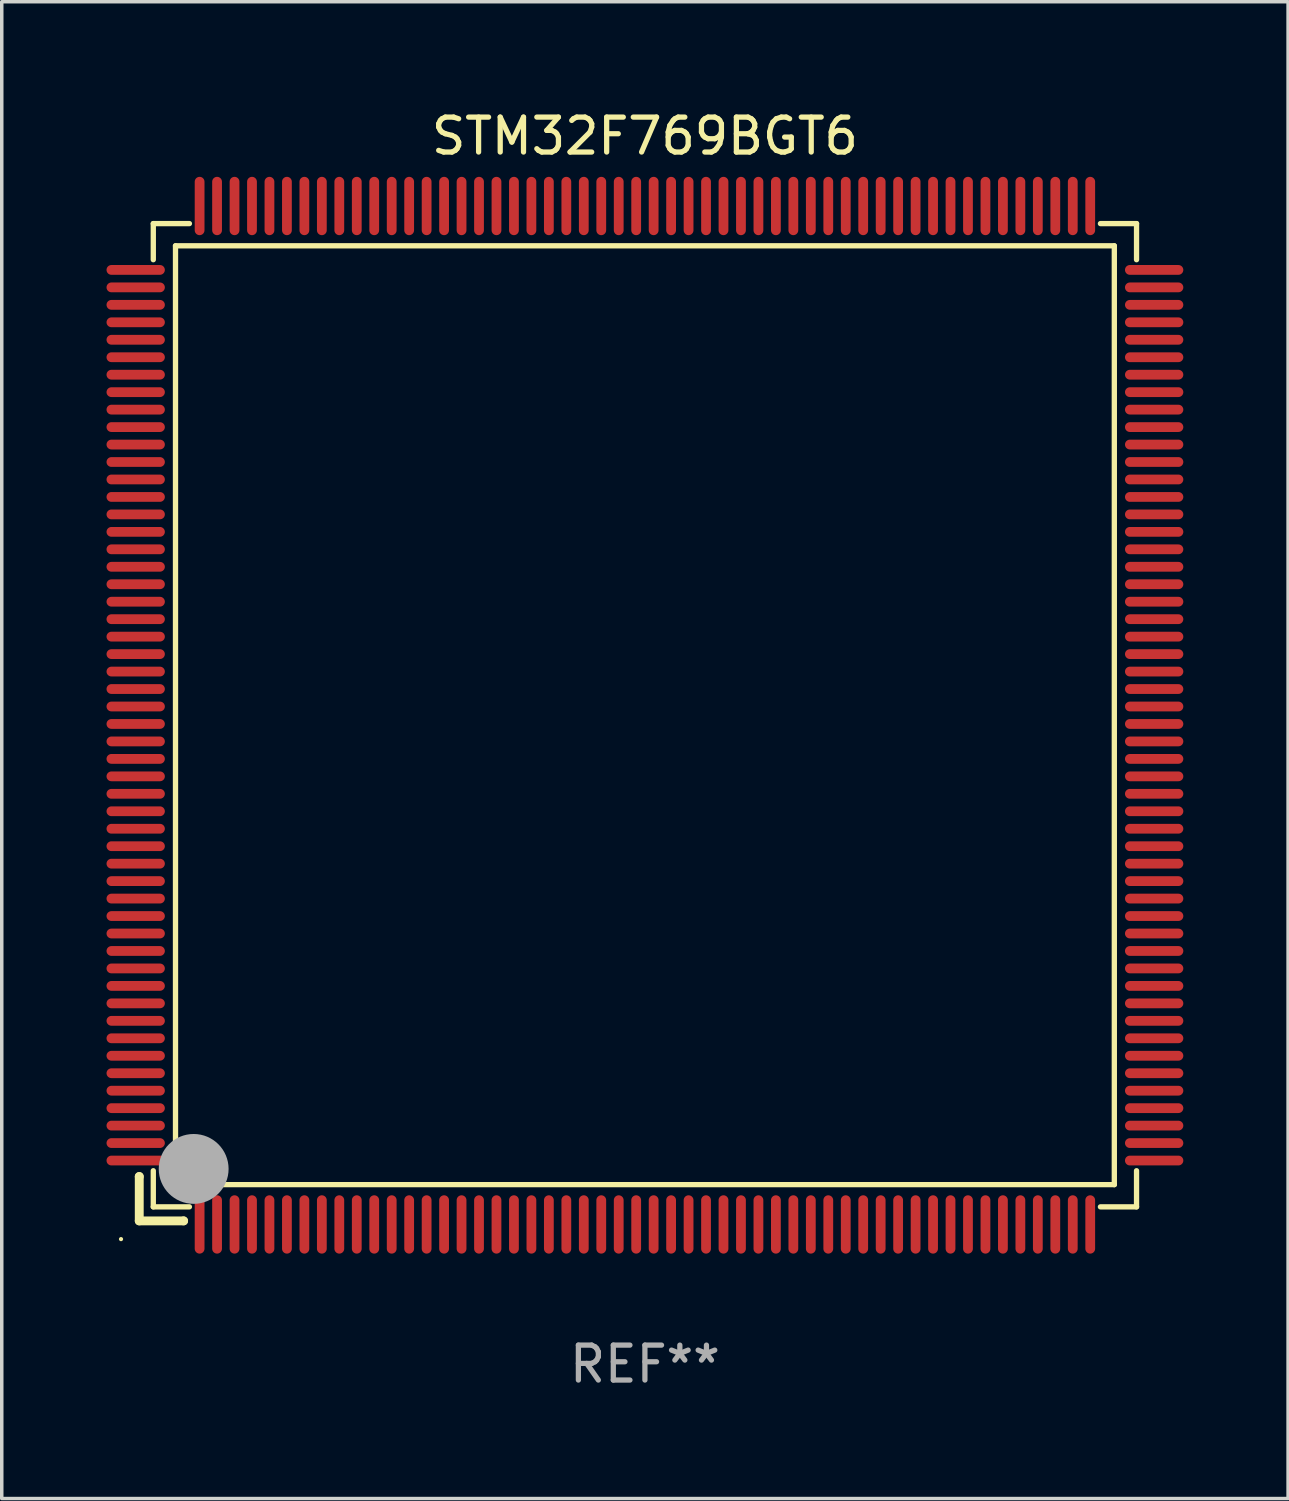
<source format=kicad_pcb>
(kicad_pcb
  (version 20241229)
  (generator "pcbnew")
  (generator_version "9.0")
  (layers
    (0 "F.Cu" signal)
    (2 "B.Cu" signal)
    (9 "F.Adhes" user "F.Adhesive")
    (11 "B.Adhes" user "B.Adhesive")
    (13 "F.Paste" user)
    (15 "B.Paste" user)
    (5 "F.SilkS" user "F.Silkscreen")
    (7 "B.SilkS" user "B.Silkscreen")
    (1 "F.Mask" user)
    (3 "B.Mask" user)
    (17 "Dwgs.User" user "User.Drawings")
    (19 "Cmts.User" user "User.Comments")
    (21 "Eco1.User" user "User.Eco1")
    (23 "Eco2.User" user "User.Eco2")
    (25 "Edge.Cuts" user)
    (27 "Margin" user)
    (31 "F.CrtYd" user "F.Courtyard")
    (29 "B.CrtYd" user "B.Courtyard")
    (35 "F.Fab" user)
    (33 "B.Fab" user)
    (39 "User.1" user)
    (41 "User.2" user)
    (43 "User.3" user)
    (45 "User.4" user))
  (footprint "STM32F769BGT6"
    (layer "F.Cu")
    (at 15.415 17.428)
    (property "Reference" "STM32F769BGT6" (at 0 -16.58 0) (layer "F.SilkS") (effects (font (size 1 1) (thickness 0.15))))
    (attr through_hole)
    (fp_line (start -14.478 13.208) (end -14.478 13.208) (stroke (width 0.254) (type solid)) (layer "F.SilkS"))
    (fp_line (start -14.478 13.208) (end -14.478 14.478) (stroke (width 0.254) (type solid)) (layer "F.SilkS"))
    (fp_line (start -14.478 14.478) (end -13.208 14.478) (stroke (width 0.254) (type solid)) (layer "F.SilkS"))
    (fp_line (start -14.076 -14.076) (end -14.076 -13.042) (stroke (width 0.152) (type solid)) (layer "F.SilkS"))
    (fp_line (start -14.076 14.076) (end -14.076 13.042) (stroke (width 0.152) (type solid)) (layer "F.SilkS"))
    (fp_line (start -13.44 -13.44) (end 13.44 -13.44) (stroke (width 0.152) (type solid)) (layer "F.SilkS"))
    (fp_line (start -13.44 13.44) (end -13.44 -13.44) (stroke (width 0.152) (type solid)) (layer "F.SilkS"))
    (fp_line (start -13.208 14.478) (end -13.208 14.478) (stroke (width 0.254) (type solid)) (layer "F.SilkS"))
    (fp_line (start -13.042 -14.076) (end -14.076 -14.076) (stroke (width 0.152) (type solid)) (layer "F.SilkS"))
    (fp_line (start -13.042 14.076) (end -14.076 14.076) (stroke (width 0.152) (type solid)) (layer "F.SilkS"))
    (fp_line (start 13.042 -14.076) (end 14.076 -14.076) (stroke (width 0.152) (type solid)) (layer "F.SilkS"))
    (fp_line (start 13.042 14.076) (end 14.076 14.076) (stroke (width 0.152) (type solid)) (layer "F.SilkS"))
    (fp_line (start 13.44 -13.44) (end 13.44 13.44) (stroke (width 0.152) (type solid)) (layer "F.SilkS"))
    (fp_line (start 13.44 13.44) (end -13.44 13.44) (stroke (width 0.152) (type solid)) (layer "F.SilkS"))
    (fp_line (start 14.076 -14.076) (end 14.076 -13.042) (stroke (width 0.152) (type solid)) (layer "F.SilkS"))
    (fp_line (start 14.076 14.076) (end 14.076 13.042) (stroke (width 0.152) (type solid)) (layer "F.SilkS"))
    (fp_circle (center -15 15) (end -14.97 15) (stroke (width 0.06) (type solid)) (fill no) (layer "F.SilkS"))
    (fp_circle (center -13.138 13.138) (end -13.063 13.138) (stroke (width 0.15) (type solid)) (fill no) (layer "F.SilkS"))
    (fp_circle (center -12.92 12.99) (end -12.42 12.99) (stroke (width 1) (type solid)) (fill no) (layer "F.Fab"))
    (fp_text user "REF**" (at 0 18.58 0) (layer "F.Fab") (effects (font (size 1 1) (thickness 0.15))))
    (pad "1" smd oval (at -12.75 14.58) (size 0.28 1.67) (layers "F.Cu" "F.Mask" "F.Paste"))
    (pad "2" smd oval (at -12.25 14.58) (size 0.28 1.67) (layers "F.Cu" "F.Mask" "F.Paste"))
    (pad "3" smd oval (at -11.75 14.58) (size 0.28 1.67) (layers "F.Cu" "F.Mask" "F.Paste"))
    (pad "4" smd oval (at -11.25 14.58) (size 0.28 1.67) (layers "F.Cu" "F.Mask" "F.Paste"))
    (pad "5" smd oval (at -10.75 14.58) (size 0.28 1.67) (layers "F.Cu" "F.Mask" "F.Paste"))
    (pad "6" smd oval (at -10.25 14.58) (size 0.28 1.67) (layers "F.Cu" "F.Mask" "F.Paste"))
    (pad "7" smd oval (at -9.75 14.58) (size 0.28 1.67) (layers "F.Cu" "F.Mask" "F.Paste"))
    (pad "8" smd oval (at -9.25 14.58) (size 0.28 1.67) (layers "F.Cu" "F.Mask" "F.Paste"))
    (pad "9" smd oval (at -8.75 14.58) (size 0.28 1.67) (layers "F.Cu" "F.Mask" "F.Paste"))
    (pad "10" smd oval (at -8.25 14.58) (size 0.28 1.67) (layers "F.Cu" "F.Mask" "F.Paste"))
    (pad "11" smd oval (at -7.75 14.58) (size 0.28 1.67) (layers "F.Cu" "F.Mask" "F.Paste"))
    (pad "12" smd oval (at -7.25 14.58) (size 0.28 1.67) (layers "F.Cu" "F.Mask" "F.Paste"))
    (pad "13" smd oval (at -6.75 14.58) (size 0.28 1.67) (layers "F.Cu" "F.Mask" "F.Paste"))
    (pad "14" smd oval (at -6.25 14.58) (size 0.28 1.67) (layers "F.Cu" "F.Mask" "F.Paste"))
    (pad "15" smd oval (at -5.75 14.58) (size 0.28 1.67) (layers "F.Cu" "F.Mask" "F.Paste"))
    (pad "16" smd oval (at -5.25 14.58) (size 0.28 1.67) (layers "F.Cu" "F.Mask" "F.Paste"))
    (pad "17" smd oval (at -4.75 14.58) (size 0.28 1.67) (layers "F.Cu" "F.Mask" "F.Paste"))
    (pad "18" smd oval (at -4.25 14.58) (size 0.28 1.67) (layers "F.Cu" "F.Mask" "F.Paste"))
    (pad "19" smd oval (at -3.75 14.58) (size 0.28 1.67) (layers "F.Cu" "F.Mask" "F.Paste"))
    (pad "20" smd oval (at -3.25 14.58) (size 0.28 1.67) (layers "F.Cu" "F.Mask" "F.Paste"))
    (pad "21" smd oval (at -2.75 14.58) (size 0.28 1.67) (layers "F.Cu" "F.Mask" "F.Paste"))
    (pad "22" smd oval (at -2.25 14.58) (size 0.28 1.67) (layers "F.Cu" "F.Mask" "F.Paste"))
    (pad "23" smd oval (at -1.75 14.58) (size 0.28 1.67) (layers "F.Cu" "F.Mask" "F.Paste"))
    (pad "24" smd oval (at -1.25 14.58) (size 0.28 1.67) (layers "F.Cu" "F.Mask" "F.Paste"))
    (pad "25" smd oval (at -0.75 14.58) (size 0.28 1.67) (layers "F.Cu" "F.Mask" "F.Paste"))
    (pad "26" smd oval (at -0.25 14.58) (size 0.28 1.67) (layers "F.Cu" "F.Mask" "F.Paste"))
    (pad "27" smd oval (at 0.25 14.58) (size 0.28 1.67) (layers "F.Cu" "F.Mask" "F.Paste"))
    (pad "28" smd oval (at 0.75 14.58) (size 0.28 1.67) (layers "F.Cu" "F.Mask" "F.Paste"))
    (pad "29" smd oval (at 1.25 14.58) (size 0.28 1.67) (layers "F.Cu" "F.Mask" "F.Paste"))
    (pad "30" smd oval (at 1.75 14.58) (size 0.28 1.67) (layers "F.Cu" "F.Mask" "F.Paste"))
    (pad "31" smd oval (at 2.25 14.58) (size 0.28 1.67) (layers "F.Cu" "F.Mask" "F.Paste"))
    (pad "32" smd oval (at 2.75 14.58) (size 0.28 1.67) (layers "F.Cu" "F.Mask" "F.Paste"))
    (pad "33" smd oval (at 3.25 14.58) (size 0.28 1.67) (layers "F.Cu" "F.Mask" "F.Paste"))
    (pad "34" smd oval (at 3.75 14.58) (size 0.28 1.67) (layers "F.Cu" "F.Mask" "F.Paste"))
    (pad "35" smd oval (at 4.25 14.58) (size 0.28 1.67) (layers "F.Cu" "F.Mask" "F.Paste"))
    (pad "36" smd oval (at 4.75 14.58) (size 0.28 1.67) (layers "F.Cu" "F.Mask" "F.Paste"))
    (pad "37" smd oval (at 5.25 14.58) (size 0.28 1.67) (layers "F.Cu" "F.Mask" "F.Paste"))
    (pad "38" smd oval (at 5.75 14.58) (size 0.28 1.67) (layers "F.Cu" "F.Mask" "F.Paste"))
    (pad "39" smd oval (at 6.25 14.58) (size 0.28 1.67) (layers "F.Cu" "F.Mask" "F.Paste"))
    (pad "40" smd oval (at 6.75 14.58) (size 0.28 1.67) (layers "F.Cu" "F.Mask" "F.Paste"))
    (pad "41" smd oval (at 7.25 14.58) (size 0.28 1.67) (layers "F.Cu" "F.Mask" "F.Paste"))
    (pad "42" smd oval (at 7.75 14.58) (size 0.28 1.67) (layers "F.Cu" "F.Mask" "F.Paste"))
    (pad "43" smd oval (at 8.25 14.58) (size 0.28 1.67) (layers "F.Cu" "F.Mask" "F.Paste"))
    (pad "44" smd oval (at 8.75 14.58) (size 0.28 1.67) (layers "F.Cu" "F.Mask" "F.Paste"))
    (pad "45" smd oval (at 9.25 14.58) (size 0.28 1.67) (layers "F.Cu" "F.Mask" "F.Paste"))
    (pad "46" smd oval (at 9.75 14.58) (size 0.28 1.67) (layers "F.Cu" "F.Mask" "F.Paste"))
    (pad "47" smd oval (at 10.25 14.58) (size 0.28 1.67) (layers "F.Cu" "F.Mask" "F.Paste"))
    (pad "48" smd oval (at 10.75 14.58) (size 0.28 1.67) (layers "F.Cu" "F.Mask" "F.Paste"))
    (pad "49" smd oval (at 11.25 14.58) (size 0.28 1.67) (layers "F.Cu" "F.Mask" "F.Paste"))
    (pad "50" smd oval (at 11.75 14.58) (size 0.28 1.67) (layers "F.Cu" "F.Mask" "F.Paste"))
    (pad "51" smd oval (at 12.25 14.58) (size 0.28 1.67) (layers "F.Cu" "F.Mask" "F.Paste"))
    (pad "52" smd oval (at 12.75 14.58) (size 0.28 1.67) (layers "F.Cu" "F.Mask" "F.Paste"))
    (pad "53" smd oval (at 14.58 12.75) (size 1.67 0.28) (layers "F.Cu" "F.Mask" "F.Paste"))
    (pad "54" smd oval (at 14.58 12.25) (size 1.67 0.28) (layers "F.Cu" "F.Mask" "F.Paste"))
    (pad "55" smd oval (at 14.58 11.75) (size 1.67 0.28) (layers "F.Cu" "F.Mask" "F.Paste"))
    (pad "56" smd oval (at 14.58 11.25) (size 1.67 0.28) (layers "F.Cu" "F.Mask" "F.Paste"))
    (pad "57" smd oval (at 14.58 10.75) (size 1.67 0.28) (layers "F.Cu" "F.Mask" "F.Paste"))
    (pad "58" smd oval (at 14.58 10.25) (size 1.67 0.28) (layers "F.Cu" "F.Mask" "F.Paste"))
    (pad "59" smd oval (at 14.58 9.75) (size 1.67 0.28) (layers "F.Cu" "F.Mask" "F.Paste"))
    (pad "60" smd oval (at 14.58 9.25) (size 1.67 0.28) (layers "F.Cu" "F.Mask" "F.Paste"))
    (pad "61" smd oval (at 14.58 8.75) (size 1.67 0.28) (layers "F.Cu" "F.Mask" "F.Paste"))
    (pad "62" smd oval (at 14.58 8.25) (size 1.67 0.28) (layers "F.Cu" "F.Mask" "F.Paste"))
    (pad "63" smd oval (at 14.58 7.75) (size 1.67 0.28) (layers "F.Cu" "F.Mask" "F.Paste"))
    (pad "64" smd oval (at 14.58 7.25) (size 1.67 0.28) (layers "F.Cu" "F.Mask" "F.Paste"))
    (pad "65" smd oval (at 14.58 6.75) (size 1.67 0.28) (layers "F.Cu" "F.Mask" "F.Paste"))
    (pad "66" smd oval (at 14.58 6.25) (size 1.67 0.28) (layers "F.Cu" "F.Mask" "F.Paste"))
    (pad "67" smd oval (at 14.58 5.75) (size 1.67 0.28) (layers "F.Cu" "F.Mask" "F.Paste"))
    (pad "68" smd oval (at 14.58 5.25) (size 1.67 0.28) (layers "F.Cu" "F.Mask" "F.Paste"))
    (pad "69" smd oval (at 14.58 4.75) (size 1.67 0.28) (layers "F.Cu" "F.Mask" "F.Paste"))
    (pad "70" smd oval (at 14.58 4.25) (size 1.67 0.28) (layers "F.Cu" "F.Mask" "F.Paste"))
    (pad "71" smd oval (at 14.58 3.75) (size 1.67 0.28) (layers "F.Cu" "F.Mask" "F.Paste"))
    (pad "72" smd oval (at 14.58 3.25) (size 1.67 0.28) (layers "F.Cu" "F.Mask" "F.Paste"))
    (pad "73" smd oval (at 14.58 2.75) (size 1.67 0.28) (layers "F.Cu" "F.Mask" "F.Paste"))
    (pad "74" smd oval (at 14.58 2.25) (size 1.67 0.28) (layers "F.Cu" "F.Mask" "F.Paste"))
    (pad "75" smd oval (at 14.58 1.75) (size 1.67 0.28) (layers "F.Cu" "F.Mask" "F.Paste"))
    (pad "76" smd oval (at 14.58 1.25) (size 1.67 0.28) (layers "F.Cu" "F.Mask" "F.Paste"))
    (pad "77" smd oval (at 14.58 0.75) (size 1.67 0.28) (layers "F.Cu" "F.Mask" "F.Paste"))
    (pad "78" smd oval (at 14.58 0.25) (size 1.67 0.28) (layers "F.Cu" "F.Mask" "F.Paste"))
    (pad "79" smd oval (at 14.58 -0.25) (size 1.67 0.28) (layers "F.Cu" "F.Mask" "F.Paste"))
    (pad "80" smd oval (at 14.58 -0.75) (size 1.67 0.28) (layers "F.Cu" "F.Mask" "F.Paste"))
    (pad "81" smd oval (at 14.58 -1.25) (size 1.67 0.28) (layers "F.Cu" "F.Mask" "F.Paste"))
    (pad "82" smd oval (at 14.58 -1.75) (size 1.67 0.28) (layers "F.Cu" "F.Mask" "F.Paste"))
    (pad "83" smd oval (at 14.58 -2.25) (size 1.67 0.28) (layers "F.Cu" "F.Mask" "F.Paste"))
    (pad "84" smd oval (at 14.58 -2.75) (size 1.67 0.28) (layers "F.Cu" "F.Mask" "F.Paste"))
    (pad "85" smd oval (at 14.58 -3.25) (size 1.67 0.28) (layers "F.Cu" "F.Mask" "F.Paste"))
    (pad "86" smd oval (at 14.58 -3.75) (size 1.67 0.28) (layers "F.Cu" "F.Mask" "F.Paste"))
    (pad "87" smd oval (at 14.58 -4.25) (size 1.67 0.28) (layers "F.Cu" "F.Mask" "F.Paste"))
    (pad "88" smd oval (at 14.58 -4.75) (size 1.67 0.28) (layers "F.Cu" "F.Mask" "F.Paste"))
    (pad "89" smd oval (at 14.58 -5.25) (size 1.67 0.28) (layers "F.Cu" "F.Mask" "F.Paste"))
    (pad "90" smd oval (at 14.58 -5.75) (size 1.67 0.28) (layers "F.Cu" "F.Mask" "F.Paste"))
    (pad "91" smd oval (at 14.58 -6.25) (size 1.67 0.28) (layers "F.Cu" "F.Mask" "F.Paste"))
    (pad "92" smd oval (at 14.58 -6.75) (size 1.67 0.28) (layers "F.Cu" "F.Mask" "F.Paste"))
    (pad "93" smd oval (at 14.58 -7.25) (size 1.67 0.28) (layers "F.Cu" "F.Mask" "F.Paste"))
    (pad "94" smd oval (at 14.58 -7.75) (size 1.67 0.28) (layers "F.Cu" "F.Mask" "F.Paste"))
    (pad "95" smd oval (at 14.58 -8.25) (size 1.67 0.28) (layers "F.Cu" "F.Mask" "F.Paste"))
    (pad "96" smd oval (at 14.58 -8.75) (size 1.67 0.28) (layers "F.Cu" "F.Mask" "F.Paste"))
    (pad "97" smd oval (at 14.58 -9.25) (size 1.67 0.28) (layers "F.Cu" "F.Mask" "F.Paste"))
    (pad "98" smd oval (at 14.58 -9.75) (size 1.67 0.28) (layers "F.Cu" "F.Mask" "F.Paste"))
    (pad "99" smd oval (at 14.58 -10.25) (size 1.67 0.28) (layers "F.Cu" "F.Mask" "F.Paste"))
    (pad "100" smd oval (at 14.58 -10.75) (size 1.67 0.28) (layers "F.Cu" "F.Mask" "F.Paste"))
    (pad "101" smd oval (at 14.58 -11.25) (size 1.67 0.28) (layers "F.Cu" "F.Mask" "F.Paste"))
    (pad "102" smd oval (at 14.58 -11.75) (size 1.67 0.28) (layers "F.Cu" "F.Mask" "F.Paste"))
    (pad "103" smd oval (at 14.58 -12.25) (size 1.67 0.28) (layers "F.Cu" "F.Mask" "F.Paste"))
    (pad "104" smd oval (at 14.58 -12.75) (size 1.67 0.28) (layers "F.Cu" "F.Mask" "F.Paste"))
    (pad "105" smd oval (at 12.75 -14.58) (size 0.28 1.67) (layers "F.Cu" "F.Mask" "F.Paste"))
    (pad "106" smd oval (at 12.25 -14.58) (size 0.28 1.67) (layers "F.Cu" "F.Mask" "F.Paste"))
    (pad "107" smd oval (at 11.75 -14.58) (size 0.28 1.67) (layers "F.Cu" "F.Mask" "F.Paste"))
    (pad "108" smd oval (at 11.25 -14.58) (size 0.28 1.67) (layers "F.Cu" "F.Mask" "F.Paste"))
    (pad "109" smd oval (at 10.75 -14.58) (size 0.28 1.67) (layers "F.Cu" "F.Mask" "F.Paste"))
    (pad "110" smd oval (at 10.25 -14.58) (size 0.28 1.67) (layers "F.Cu" "F.Mask" "F.Paste"))
    (pad "111" smd oval (at 9.75 -14.58) (size 0.28 1.67) (layers "F.Cu" "F.Mask" "F.Paste"))
    (pad "112" smd oval (at 9.25 -14.58) (size 0.28 1.67) (layers "F.Cu" "F.Mask" "F.Paste"))
    (pad "113" smd oval (at 8.75 -14.58) (size 0.28 1.67) (layers "F.Cu" "F.Mask" "F.Paste"))
    (pad "114" smd oval (at 8.25 -14.58) (size 0.28 1.67) (layers "F.Cu" "F.Mask" "F.Paste"))
    (pad "115" smd oval (at 7.75 -14.58) (size 0.28 1.67) (layers "F.Cu" "F.Mask" "F.Paste"))
    (pad "116" smd oval (at 7.25 -14.58) (size 0.28 1.67) (layers "F.Cu" "F.Mask" "F.Paste"))
    (pad "117" smd oval (at 6.75 -14.58) (size 0.28 1.67) (layers "F.Cu" "F.Mask" "F.Paste"))
    (pad "118" smd oval (at 6.25 -14.58) (size 0.28 1.67) (layers "F.Cu" "F.Mask" "F.Paste"))
    (pad "119" smd oval (at 5.75 -14.58) (size 0.28 1.67) (layers "F.Cu" "F.Mask" "F.Paste"))
    (pad "120" smd oval (at 5.25 -14.58) (size 0.28 1.67) (layers "F.Cu" "F.Mask" "F.Paste"))
    (pad "121" smd oval (at 4.75 -14.58) (size 0.28 1.67) (layers "F.Cu" "F.Mask" "F.Paste"))
    (pad "122" smd oval (at 4.25 -14.58) (size 0.28 1.67) (layers "F.Cu" "F.Mask" "F.Paste"))
    (pad "123" smd oval (at 3.75 -14.58) (size 0.28 1.67) (layers "F.Cu" "F.Mask" "F.Paste"))
    (pad "124" smd oval (at 3.25 -14.58) (size 0.28 1.67) (layers "F.Cu" "F.Mask" "F.Paste"))
    (pad "125" smd oval (at 2.75 -14.58) (size 0.28 1.67) (layers "F.Cu" "F.Mask" "F.Paste"))
    (pad "126" smd oval (at 2.25 -14.58) (size 0.28 1.67) (layers "F.Cu" "F.Mask" "F.Paste"))
    (pad "127" smd oval (at 1.75 -14.58) (size 0.28 1.67) (layers "F.Cu" "F.Mask" "F.Paste"))
    (pad "128" smd oval (at 1.25 -14.58) (size 0.28 1.67) (layers "F.Cu" "F.Mask" "F.Paste"))
    (pad "129" smd oval (at 0.75 -14.58) (size 0.28 1.67) (layers "F.Cu" "F.Mask" "F.Paste"))
    (pad "130" smd oval (at 0.25 -14.58) (size 0.28 1.67) (layers "F.Cu" "F.Mask" "F.Paste"))
    (pad "131" smd oval (at -0.25 -14.58) (size 0.28 1.67) (layers "F.Cu" "F.Mask" "F.Paste"))
    (pad "132" smd oval (at -0.75 -14.58) (size 0.28 1.67) (layers "F.Cu" "F.Mask" "F.Paste"))
    (pad "133" smd oval (at -1.25 -14.58) (size 0.28 1.67) (layers "F.Cu" "F.Mask" "F.Paste"))
    (pad "134" smd oval (at -1.75 -14.58) (size 0.28 1.67) (layers "F.Cu" "F.Mask" "F.Paste"))
    (pad "135" smd oval (at -2.25 -14.58) (size 0.28 1.67) (layers "F.Cu" "F.Mask" "F.Paste"))
    (pad "136" smd oval (at -2.75 -14.58) (size 0.28 1.67) (layers "F.Cu" "F.Mask" "F.Paste"))
    (pad "137" smd oval (at -3.25 -14.58) (size 0.28 1.67) (layers "F.Cu" "F.Mask" "F.Paste"))
    (pad "138" smd oval (at -3.75 -14.58) (size 0.28 1.67) (layers "F.Cu" "F.Mask" "F.Paste"))
    (pad "139" smd oval (at -4.25 -14.58) (size 0.28 1.67) (layers "F.Cu" "F.Mask" "F.Paste"))
    (pad "140" smd oval (at -4.75 -14.58) (size 0.28 1.67) (layers "F.Cu" "F.Mask" "F.Paste"))
    (pad "141" smd oval (at -5.25 -14.58) (size 0.28 1.67) (layers "F.Cu" "F.Mask" "F.Paste"))
    (pad "142" smd oval (at -5.75 -14.58) (size 0.28 1.67) (layers "F.Cu" "F.Mask" "F.Paste"))
    (pad "143" smd oval (at -6.25 -14.58) (size 0.28 1.67) (layers "F.Cu" "F.Mask" "F.Paste"))
    (pad "144" smd oval (at -6.75 -14.58) (size 0.28 1.67) (layers "F.Cu" "F.Mask" "F.Paste"))
    (pad "145" smd oval (at -7.25 -14.58) (size 0.28 1.67) (layers "F.Cu" "F.Mask" "F.Paste"))
    (pad "146" smd oval (at -7.75 -14.58) (size 0.28 1.67) (layers "F.Cu" "F.Mask" "F.Paste"))
    (pad "147" smd oval (at -8.25 -14.58) (size 0.28 1.67) (layers "F.Cu" "F.Mask" "F.Paste"))
    (pad "148" smd oval (at -8.75 -14.58) (size 0.28 1.67) (layers "F.Cu" "F.Mask" "F.Paste"))
    (pad "149" smd oval (at -9.25 -14.58) (size 0.28 1.67) (layers "F.Cu" "F.Mask" "F.Paste"))
    (pad "150" smd oval (at -9.75 -14.58) (size 0.28 1.67) (layers "F.Cu" "F.Mask" "F.Paste"))
    (pad "151" smd oval (at -10.25 -14.58) (size 0.28 1.67) (layers "F.Cu" "F.Mask" "F.Paste"))
    (pad "152" smd oval (at -10.75 -14.58) (size 0.28 1.67) (layers "F.Cu" "F.Mask" "F.Paste"))
    (pad "153" smd oval (at -11.25 -14.58) (size 0.28 1.67) (layers "F.Cu" "F.Mask" "F.Paste"))
    (pad "154" smd oval (at -11.75 -14.58) (size 0.28 1.67) (layers "F.Cu" "F.Mask" "F.Paste"))
    (pad "155" smd oval (at -12.25 -14.58) (size 0.28 1.67) (layers "F.Cu" "F.Mask" "F.Paste"))
    (pad "156" smd oval (at -12.75 -14.58) (size 0.28 1.67) (layers "F.Cu" "F.Mask" "F.Paste"))
    (pad "157" smd oval (at -14.58 -12.75) (size 1.67 0.28) (layers "F.Cu" "F.Mask" "F.Paste"))
    (pad "158" smd oval (at -14.58 -12.25) (size 1.67 0.28) (layers "F.Cu" "F.Mask" "F.Paste"))
    (pad "159" smd oval (at -14.58 -11.75) (size 1.67 0.28) (layers "F.Cu" "F.Mask" "F.Paste"))
    (pad "160" smd oval (at -14.58 -11.25) (size 1.67 0.28) (layers "F.Cu" "F.Mask" "F.Paste"))
    (pad "161" smd oval (at -14.58 -10.75) (size 1.67 0.28) (layers "F.Cu" "F.Mask" "F.Paste"))
    (pad "162" smd oval (at -14.58 -10.25) (size 1.67 0.28) (layers "F.Cu" "F.Mask" "F.Paste"))
    (pad "163" smd oval (at -14.58 -9.75) (size 1.67 0.28) (layers "F.Cu" "F.Mask" "F.Paste"))
    (pad "164" smd oval (at -14.58 -9.25) (size 1.67 0.28) (layers "F.Cu" "F.Mask" "F.Paste"))
    (pad "165" smd oval (at -14.58 -8.75) (size 1.67 0.28) (layers "F.Cu" "F.Mask" "F.Paste"))
    (pad "166" smd oval (at -14.58 -8.25) (size 1.67 0.28) (layers "F.Cu" "F.Mask" "F.Paste"))
    (pad "167" smd oval (at -14.58 -7.75) (size 1.67 0.28) (layers "F.Cu" "F.Mask" "F.Paste"))
    (pad "168" smd oval (at -14.58 -7.25) (size 1.67 0.28) (layers "F.Cu" "F.Mask" "F.Paste"))
    (pad "169" smd oval (at -14.58 -6.75) (size 1.67 0.28) (layers "F.Cu" "F.Mask" "F.Paste"))
    (pad "170" smd oval (at -14.58 -6.25) (size 1.67 0.28) (layers "F.Cu" "F.Mask" "F.Paste"))
    (pad "171" smd oval (at -14.58 -5.75) (size 1.67 0.28) (layers "F.Cu" "F.Mask" "F.Paste"))
    (pad "172" smd oval (at -14.58 -5.25) (size 1.67 0.28) (layers "F.Cu" "F.Mask" "F.Paste"))
    (pad "173" smd oval (at -14.58 -4.75) (size 1.67 0.28) (layers "F.Cu" "F.Mask" "F.Paste"))
    (pad "174" smd oval (at -14.58 -4.25) (size 1.67 0.28) (layers "F.Cu" "F.Mask" "F.Paste"))
    (pad "175" smd oval (at -14.58 -3.75) (size 1.67 0.28) (layers "F.Cu" "F.Mask" "F.Paste"))
    (pad "176" smd oval (at -14.58 -3.25) (size 1.67 0.28) (layers "F.Cu" "F.Mask" "F.Paste"))
    (pad "177" smd oval (at -14.58 -2.75) (size 1.67 0.28) (layers "F.Cu" "F.Mask" "F.Paste"))
    (pad "178" smd oval (at -14.58 -2.25) (size 1.67 0.28) (layers "F.Cu" "F.Mask" "F.Paste"))
    (pad "179" smd oval (at -14.58 -1.75) (size 1.67 0.28) (layers "F.Cu" "F.Mask" "F.Paste"))
    (pad "180" smd oval (at -14.58 -1.25) (size 1.67 0.28) (layers "F.Cu" "F.Mask" "F.Paste"))
    (pad "181" smd oval (at -14.58 -0.75) (size 1.67 0.28) (layers "F.Cu" "F.Mask" "F.Paste"))
    (pad "182" smd oval (at -14.58 -0.25) (size 1.67 0.28) (layers "F.Cu" "F.Mask" "F.Paste"))
    (pad "183" smd oval (at -14.58 0.25) (size 1.67 0.28) (layers "F.Cu" "F.Mask" "F.Paste"))
    (pad "184" smd oval (at -14.58 0.75) (size 1.67 0.28) (layers "F.Cu" "F.Mask" "F.Paste"))
    (pad "185" smd oval (at -14.58 1.25) (size 1.67 0.28) (layers "F.Cu" "F.Mask" "F.Paste"))
    (pad "186" smd oval (at -14.58 1.75) (size 1.67 0.28) (layers "F.Cu" "F.Mask" "F.Paste"))
    (pad "187" smd oval (at -14.58 2.25) (size 1.67 0.28) (layers "F.Cu" "F.Mask" "F.Paste"))
    (pad "188" smd oval (at -14.58 2.75) (size 1.67 0.28) (layers "F.Cu" "F.Mask" "F.Paste"))
    (pad "189" smd oval (at -14.58 3.25) (size 1.67 0.28) (layers "F.Cu" "F.Mask" "F.Paste"))
    (pad "190" smd oval (at -14.58 3.75) (size 1.67 0.28) (layers "F.Cu" "F.Mask" "F.Paste"))
    (pad "191" smd oval (at -14.58 4.25) (size 1.67 0.28) (layers "F.Cu" "F.Mask" "F.Paste"))
    (pad "192" smd oval (at -14.58 4.75) (size 1.67 0.28) (layers "F.Cu" "F.Mask" "F.Paste"))
    (pad "193" smd oval (at -14.58 5.25) (size 1.67 0.28) (layers "F.Cu" "F.Mask" "F.Paste"))
    (pad "194" smd oval (at -14.58 5.75) (size 1.67 0.28) (layers "F.Cu" "F.Mask" "F.Paste"))
    (pad "195" smd oval (at -14.58 6.25) (size 1.67 0.28) (layers "F.Cu" "F.Mask" "F.Paste"))
    (pad "196" smd oval (at -14.58 6.75) (size 1.67 0.28) (layers "F.Cu" "F.Mask" "F.Paste"))
    (pad "197" smd oval (at -14.58 7.25) (size 1.67 0.28) (layers "F.Cu" "F.Mask" "F.Paste"))
    (pad "198" smd oval (at -14.58 7.75) (size 1.67 0.28) (layers "F.Cu" "F.Mask" "F.Paste"))
    (pad "199" smd oval (at -14.58 8.25) (size 1.67 0.28) (layers "F.Cu" "F.Mask" "F.Paste"))
    (pad "200" smd oval (at -14.58 8.75) (size 1.67 0.28) (layers "F.Cu" "F.Mask" "F.Paste"))
    (pad "201" smd oval (at -14.58 9.25) (size 1.67 0.28) (layers "F.Cu" "F.Mask" "F.Paste"))
    (pad "202" smd oval (at -14.58 9.75) (size 1.67 0.28) (layers "F.Cu" "F.Mask" "F.Paste"))
    (pad "203" smd oval (at -14.58 10.25) (size 1.67 0.28) (layers "F.Cu" "F.Mask" "F.Paste"))
    (pad "204" smd oval (at -14.58 10.75) (size 1.67 0.28) (layers "F.Cu" "F.Mask" "F.Paste"))
    (pad "205" smd oval (at -14.58 11.25) (size 1.67 0.28) (layers "F.Cu" "F.Mask" "F.Paste"))
    (pad "206" smd oval (at -14.58 11.75) (size 1.67 0.28) (layers "F.Cu" "F.Mask" "F.Paste"))
    (pad "207" smd oval (at -14.58 12.25) (size 1.67 0.28) (layers "F.Cu" "F.Mask" "F.Paste"))
    (pad "208" smd oval (at -14.58 12.75) (size 1.67 0.28) (layers "F.Cu" "F.Mask" "F.Paste")))
  (gr_rect
    (start -3 -3)
    (end 33.83 39.856)
    (stroke (width 0.1) (type default))
    (fill no)
    (layer "Edge.Cuts")))
</source>
